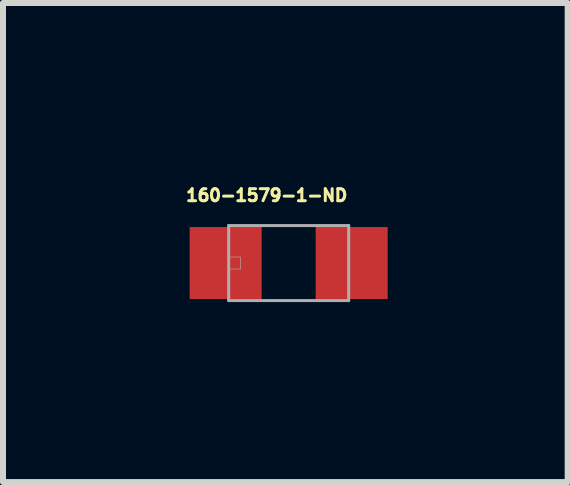
<source format=kicad_pcb>
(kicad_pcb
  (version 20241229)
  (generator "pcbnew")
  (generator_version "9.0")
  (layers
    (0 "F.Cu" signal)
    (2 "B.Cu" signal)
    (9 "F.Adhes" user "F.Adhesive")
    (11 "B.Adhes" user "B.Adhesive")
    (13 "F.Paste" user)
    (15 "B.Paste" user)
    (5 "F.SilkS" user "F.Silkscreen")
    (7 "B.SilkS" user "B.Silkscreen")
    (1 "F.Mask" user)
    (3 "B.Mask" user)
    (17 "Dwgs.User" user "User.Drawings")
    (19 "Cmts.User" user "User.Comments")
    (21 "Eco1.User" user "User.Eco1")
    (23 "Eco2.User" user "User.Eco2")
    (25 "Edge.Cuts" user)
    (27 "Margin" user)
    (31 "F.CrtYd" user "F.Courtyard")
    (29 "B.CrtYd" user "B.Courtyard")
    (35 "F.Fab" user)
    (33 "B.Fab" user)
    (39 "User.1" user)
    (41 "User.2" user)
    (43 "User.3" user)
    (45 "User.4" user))
  (footprint "160-1579-1-ND"
    (layer "F.Cu")
    (at 1.761 1.334)
    (property "Reference" "160-1579-1-ND" (at -0.366 -1.129 0) (layer "F.SilkS") (effects (font (size 0.2 0.2) (thickness 0.15))))
    (attr through_hole)
    (fp_line (start -1 -0.625) (end -1 0.625) (stroke (width 0.05) (type solid)) (layer "F.Fab"))
    (fp_line (start -1 0.625) (end 1 0.625) (stroke (width 0.05) (type solid)) (layer "F.Fab"))
    (fp_line (start 1 -0.625) (end -1 -0.625) (stroke (width 0.05) (type solid)) (layer "F.Fab"))
    (fp_line (start 1 0.625) (end 1 -0.625) (stroke (width 0.05) (type solid)) (layer "F.Fab"))
    (fp_poly (pts (xy -1.002 -0.1) (xy -0.8 -0.1) (xy -0.8 0.1) (xy -1.002 0.1)) (stroke (width 0.01) (type solid)) (fill no) (layer "F.Fab"))
    (pad "+" smd rect (at 1.05 0) (size 1.2 1.2) (layers "F.Cu" "F.Mask" "F.Paste"))
    (pad "-" smd rect (at -1.05 0) (size 1.2 1.2) (layers "F.Cu" "F.Mask" "F.Paste")))
  (gr_rect
    (start -3 -3)
    (end 6.411 4.984)
    (stroke (width 0.1) (type default))
    (fill no)
    (layer "Edge.Cuts")))
</source>
